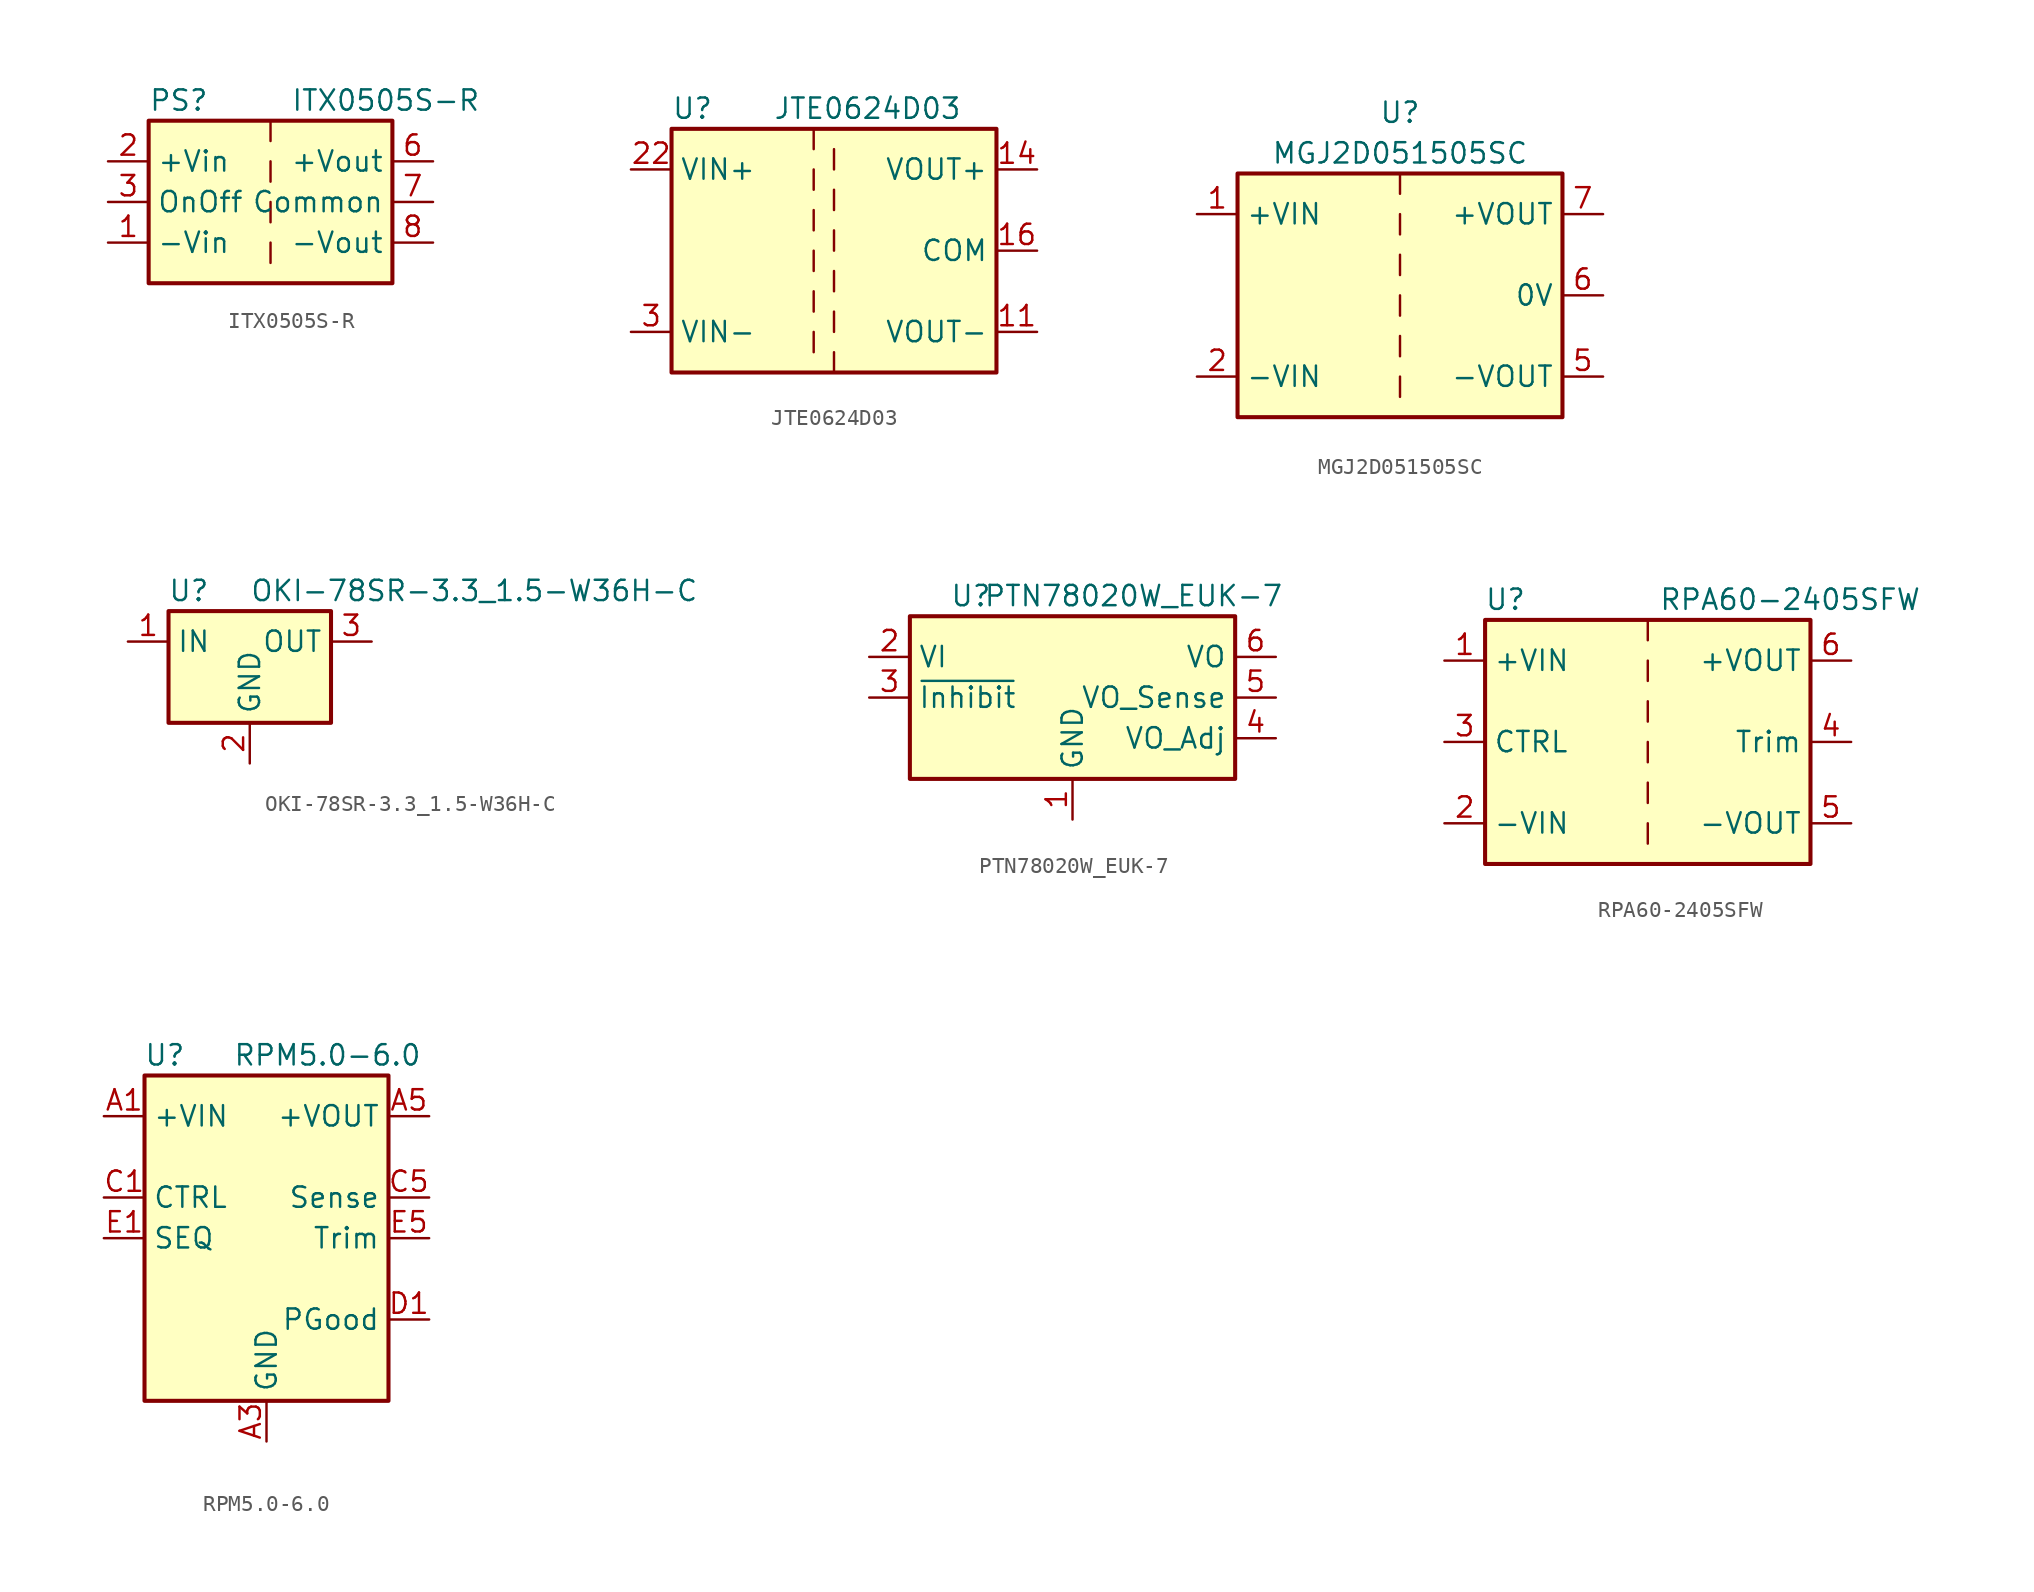
<source format=kicad_sym>
(kicad_symbol_lib
  (version 20211014)
  (generator kicad_symbol_editor)
  (symbol "ITX0505S-R"
    (property "Reference" "PS"
      (at -7.62 6.35 0)
      (effects (font (size 1.27 1.27)) (justify left)))
    (property "Value" "ITX0505S-R"
      (at 1.27 6.35 0)
      (effects (font (size 1.27 1.27)) (justify left)))
    (symbol "ITX0505S-R_0_0"
      (pin power_in line (at -10.16 -2.54 0) (length 2.54) (name "-Vin" (effects (font (size 1.27 1.27)))) (number "1" (effects (font (size 1.27 1.27)))))
      (pin power_in line (at -10.16 2.54 0) (length 2.54) (name "+Vin" (effects (font (size 1.27 1.27)))) (number "2" (effects (font (size 1.27 1.27)))))
      (pin input line (at -10.16 0 0) (length 2.54) (name "OnOff" (effects (font (size 1.27 1.27)))) (number "3" (effects (font (size 1.27 1.27)))))
      (pin no_connect line (at 0 5.08 270) (length 2.54) hide (name "NC" (effects (font (size 1.27 1.27)))) (number "5" (effects (font (size 1.27 1.27)))))
      (pin power_out line (at 10.16 2.54 180) (length 2.54) (name "+Vout" (effects (font (size 1.27 1.27)))) (number "6" (effects (font (size 1.27 1.27)))))
      (pin power_out line (at 10.16 0 180) (length 2.54) (name "Common" (effects (font (size 1.27 1.27)))) (number "7" (effects (font (size 1.27 1.27)))))
      (pin power_out line (at 10.16 -2.54 180) (length 2.54) (name "-Vout" (effects (font (size 1.27 1.27)))) (number "8" (effects (font (size 1.27 1.27))))))
    (symbol "ITX0505S-R_0_1"
      (rectangle (start -7.62 5.08) (end 7.62 -5.08) (stroke (width 0.254) (type default) (color 0 0 0 0)) (fill (type background)))
      (polyline (pts (xy 0 -2.54) (xy 0 -3.81)) (stroke (width 0) (type default) (color 0 0 0 0)) (fill (type none)))
      (polyline (pts (xy 0 0) (xy 0 -1.27)) (stroke (width 0) (type default) (color 0 0 0 0)) (fill (type none)))
      (polyline (pts (xy 0 2.54) (xy 0 1.27)) (stroke (width 0) (type default) (color 0 0 0 0)) (fill (type none)))
      (polyline (pts (xy 0 5.08) (xy 0 3.81)) (stroke (width 0) (type default) (color 0 0 0 0)) (fill (type none)))))
  (symbol "JTE0624D03"
    (property "Reference" "U"
      (at -10.16 8.89 0)
      (effects (font (size 1.27 1.27)) (justify left)))
    (property "Value" "JTE0624D03"
      (at -3.81 8.89 0)
      (effects (font (size 1.27 1.27)) (justify left)))
    (symbol "JTE0624D03_0_1"
      (rectangle (start -10.16 7.62) (end 10.16 -7.62) (stroke (width 0.254) (type default) (color 0 0 0 0)) (fill (type background)))
      (polyline (pts (xy -1.27 -5.08) (xy -1.27 -6.35)) (stroke (width 0) (type default) (color 0 0 0 0)) (fill (type none)))
      (polyline (pts (xy -1.27 -2.54) (xy -1.27 -3.81)) (stroke (width 0) (type default) (color 0 0 0 0)) (fill (type none)))
      (polyline (pts (xy -1.27 0) (xy -1.27 -1.27)) (stroke (width 0) (type default) (color 0 0 0 0)) (fill (type none)))
      (polyline (pts (xy -1.27 2.54) (xy -1.27 1.27)) (stroke (width 0) (type default) (color 0 0 0 0)) (fill (type none)))
      (polyline (pts (xy -1.27 5.08) (xy -1.27 3.81)) (stroke (width 0) (type default) (color 0 0 0 0)) (fill (type none)))
      (polyline (pts (xy -1.27 7.62) (xy -1.27 6.35)) (stroke (width 0) (type default) (color 0 0 0 0)) (fill (type none)))
      (polyline (pts (xy 0 -7.62) (xy 0 -6.35)) (stroke (width 0) (type default) (color 0 0 0 0)) (fill (type none)))
      (polyline (pts (xy 0 -5.08) (xy 0 -3.81)) (stroke (width 0) (type default) (color 0 0 0 0)) (fill (type none)))
      (polyline (pts (xy 0 -1.27) (xy 0 -2.54)) (stroke (width 0) (type default) (color 0 0 0 0)) (fill (type none)))
      (polyline (pts (xy 0 0) (xy 0 1.27)) (stroke (width 0) (type default) (color 0 0 0 0)) (fill (type none)))
      (polyline (pts (xy 0 2.54) (xy 0 3.81)) (stroke (width 0) (type default) (color 0 0 0 0)) (fill (type none)))
      (polyline (pts (xy 0 5.08) (xy 0 6.35)) (stroke (width 0) (type default) (color 0 0 0 0)) (fill (type none))))
    (symbol "JTE0624D03_1_1"
      (pin power_out line (at 12.7 -5.08 180) (length 2.54) (name "VOUT-" (effects (font (size 1.27 1.27)))) (number "11" (effects (font (size 1.27 1.27)))))
      (pin power_out line (at 12.7 5.08 180) (length 2.54) (name "VOUT+" (effects (font (size 1.27 1.27)))) (number "14" (effects (font (size 1.27 1.27)))))
      (pin power_out line (at 12.7 0 180) (length 2.54) (name "COM" (effects (font (size 1.27 1.27)))) (number "16" (effects (font (size 1.27 1.27)))))
      (pin passive line (at -12.7 -5.08 0) (length 2.54) hide (name "VIN-" (effects (font (size 1.27 1.27)))) (number "2" (effects (font (size 1.27 1.27)))))
      (pin power_in line (at -12.7 5.08 0) (length 2.54) (name "VIN+" (effects (font (size 1.27 1.27)))) (number "22" (effects (font (size 1.27 1.27)))))
      (pin passive line (at -12.7 5.08 0) (length 2.54) hide (name "VIN+" (effects (font (size 1.27 1.27)))) (number "23" (effects (font (size 1.27 1.27)))))
      (pin power_in line (at -12.7 -5.08 0) (length 2.54) (name "VIN-" (effects (font (size 1.27 1.27)))) (number "3" (effects (font (size 1.27 1.27)))))
      (pin passive line (at 12.7 0 180) (length 2.54) hide (name "COM" (effects (font (size 1.27 1.27)))) (number "9" (effects (font (size 1.27 1.27)))))))
  (symbol "MGJ2D051505SC"
    (property "Reference" "U"
      (at 0 11.43 0)
      (effects (font (size 1.27 1.27))))
    (property "Value" "MGJ2D051505SC"
      (at 0 8.89 0)
      (effects (font (size 1.27 1.27))))
    (symbol "MGJ2D051505SC_0_1"
      (rectangle (start -10.16 7.62) (end 10.16 -7.62) (stroke (width 0.254) (type default) (color 0 0 0 0)) (fill (type background)))
      (polyline (pts (xy 0 -5.08) (xy 0 -6.35)) (stroke (width 0) (type default) (color 0 0 0 0)) (fill (type none)))
      (polyline (pts (xy 0 -2.54) (xy 0 -3.81)) (stroke (width 0) (type default) (color 0 0 0 0)) (fill (type none)))
      (polyline (pts (xy 0 0) (xy 0 -1.27)) (stroke (width 0) (type default) (color 0 0 0 0)) (fill (type none)))
      (polyline (pts (xy 0 2.54) (xy 0 1.27)) (stroke (width 0) (type default) (color 0 0 0 0)) (fill (type none)))
      (polyline (pts (xy 0 5.08) (xy 0 3.81)) (stroke (width 0) (type default) (color 0 0 0 0)) (fill (type none)))
      (polyline (pts (xy 0 7.62) (xy 0 6.35)) (stroke (width 0) (type default) (color 0 0 0 0)) (fill (type none))))
    (symbol "MGJ2D051505SC_1_1"
      (pin power_in line (at -12.7 5.08 0) (length 2.54) (name "+VIN" (effects (font (size 1.27 1.27)))) (number "1" (effects (font (size 1.27 1.27)))))
      (pin power_in line (at -12.7 -5.08 0) (length 2.54) (name "-VIN" (effects (font (size 1.27 1.27)))) (number "2" (effects (font (size 1.27 1.27)))))
      (pin power_out line (at 12.7 -5.08 180) (length 2.54) (name "-VOUT" (effects (font (size 1.27 1.27)))) (number "5" (effects (font (size 1.27 1.27)))))
      (pin power_out line (at 12.7 0 180) (length 2.54) (name "0V" (effects (font (size 1.27 1.27)))) (number "6" (effects (font (size 1.27 1.27)))))
      (pin power_out line (at 12.7 5.08 180) (length 2.54) (name "+VOUT" (effects (font (size 1.27 1.27)))) (number "7" (effects (font (size 1.27 1.27)))))))
  (symbol "OKI-78SR-3.3_1.5-W36H-C"
    (property "Reference" "U"
      (at -3.81 3.175 0)
      (effects (font (size 1.27 1.27))))
    (property "Value" "OKI-78SR-3.3_1.5-W36H-C"
      (at 0 3.175 0)
      (effects (font (size 1.27 1.27)) (justify left)))
    (symbol "OKI-78SR-3.3_1.5-W36H-C_0_1"
      (rectangle (start -5.08 1.905) (end 5.08 -5.08) (stroke (width 0.254) (type default) (color 0 0 0 0)) (fill (type background))))
    (symbol "OKI-78SR-3.3_1.5-W36H-C_1_1"
      (pin power_in line (at -7.62 0 0) (length 2.54) (name "IN" (effects (font (size 1.27 1.27)))) (number "1" (effects (font (size 1.27 1.27)))))
      (pin power_in line (at 0 -7.62 90) (length 2.54) (name "GND" (effects (font (size 1.27 1.27)))) (number "2" (effects (font (size 1.27 1.27)))))
      (pin power_out line (at 7.62 0 180) (length 2.54) (name "OUT" (effects (font (size 1.27 1.27)))) (number "3" (effects (font (size 1.27 1.27)))))))
  (symbol "PTN78020W_EUK-7"
    (property "Reference" "U"
      (at -6.35 6.35 0)
      (effects (font (size 1.27 1.27))))
    (property "Value" "PTN78020W_EUK-7"
      (at 3.81 6.35 0)
      (effects (font (size 1.27 1.27))))
    (symbol "PTN78020W_EUK-7_0_1"
      (rectangle (start -10.16 5.08) (end 10.16 -5.08) (stroke (width 0.254) (type default) (color 0 0 0 0)) (fill (type background))))
    (symbol "PTN78020W_EUK-7_1_1"
      (pin power_in line (at 0 -7.62 90) (length 2.54) (name "GND" (effects (font (size 1.27 1.27)))) (number "1" (effects (font (size 1.27 1.27)))))
      (pin power_in line (at -12.7 2.54 0) (length 2.54) (name "VI" (effects (font (size 1.27 1.27)))) (number "2" (effects (font (size 1.27 1.27)))))
      (pin input line (at -12.7 0 0) (length 2.54) (name "~{Inhibit}" (effects (font (size 1.27 1.27)))) (number "3" (effects (font (size 1.27 1.27)))))
      (pin input line (at 12.7 -2.54 180) (length 2.54) (name "VO_Adj" (effects (font (size 1.27 1.27)))) (number "4" (effects (font (size 1.27 1.27)))))
      (pin power_out line (at 12.7 0 180) (length 2.54) (name "VO_Sense" (effects (font (size 1.27 1.27)))) (number "5" (effects (font (size 1.27 1.27)))))
      (pin power_out line (at 12.7 2.54 180) (length 2.54) (name "VO" (effects (font (size 1.27 1.27)))) (number "6" (effects (font (size 1.27 1.27)))))
      (pin passive line (at 0 -7.62 90) (length 2.54) hide (name "GND" (effects (font (size 1.27 1.27)))) (number "7" (effects (font (size 1.27 1.27)))))))
  (symbol "RPA60-2405SFW"
    (property "Reference" "U"
      (at -8.89 8.89 0)
      (effects (font (size 1.27 1.27))))
    (property "Value" "RPA60-2405SFW"
      (at 8.89 8.89 0)
      (effects (font (size 1.27 1.27))))
    (symbol "RPA60-2405SFW_0_1"
      (rectangle (start -10.16 7.62) (end 10.16 -7.62) (stroke (width 0.254) (type default) (color 0 0 0 0)) (fill (type background)))
      (polyline (pts (xy 0 -5.08) (xy 0 -6.35)) (stroke (width 0) (type default) (color 0 0 0 0)) (fill (type none)))
      (polyline (pts (xy 0 -2.54) (xy 0 -3.81)) (stroke (width 0) (type default) (color 0 0 0 0)) (fill (type none)))
      (polyline (pts (xy 0 0) (xy 0 -1.27)) (stroke (width 0) (type default) (color 0 0 0 0)) (fill (type none)))
      (polyline (pts (xy 0 2.54) (xy 0 1.27)) (stroke (width 0) (type default) (color 0 0 0 0)) (fill (type none)))
      (polyline (pts (xy 0 5.08) (xy 0 3.81)) (stroke (width 0) (type default) (color 0 0 0 0)) (fill (type none)))
      (polyline (pts (xy 0 7.62) (xy 0 6.35)) (stroke (width 0) (type default) (color 0 0 0 0)) (fill (type none))))
    (symbol "RPA60-2405SFW_1_1"
      (pin power_in line (at -12.7 5.08 0) (length 2.54) (name "+VIN" (effects (font (size 1.27 1.27)))) (number "1" (effects (font (size 1.27 1.27)))))
      (pin power_in line (at -12.7 -5.08 0) (length 2.54) (name "-VIN" (effects (font (size 1.27 1.27)))) (number "2" (effects (font (size 1.27 1.27)))))
      (pin input line (at -12.7 0 0) (length 2.54) (name "CTRL" (effects (font (size 1.27 1.27)))) (number "3" (effects (font (size 1.27 1.27)))))
      (pin input line (at 12.7 0 180) (length 2.54) (name "Trim" (effects (font (size 1.27 1.27)))) (number "4" (effects (font (size 1.27 1.27)))))
      (pin power_out line (at 12.7 -5.08 180) (length 2.54) (name "-VOUT" (effects (font (size 1.27 1.27)))) (number "5" (effects (font (size 1.27 1.27)))))
      (pin power_out line (at 12.7 5.08 180) (length 2.54) (name "+VOUT" (effects (font (size 1.27 1.27)))) (number "6" (effects (font (size 1.27 1.27)))))))
  (symbol "RPM5.0-6.0"
    (property "Reference" "U"
      (at -6.35 11.43 0)
      (effects (font (size 1.27 1.27))))
    (property "Value" "RPM5.0-6.0"
      (at 3.81 11.43 0)
      (effects (font (size 1.27 1.27))))
    (symbol "RPM5.0-6.0_0_1"
      (rectangle (start -7.62 10.16) (end 7.62 -10.16) (stroke (width 0.254) (type default) (color 0 0 0 0)) (fill (type background))))
    (symbol "RPM5.0-6.0_1_1"
      (pin power_in line (at -10.16 7.62 0) (length 2.54) (name "+VIN" (effects (font (size 1.27 1.27)))) (number "A1" (effects (font (size 1.27 1.27)))))
      (pin passive line (at -10.16 7.62 0) (length 2.54) hide (name "+VIN" (effects (font (size 1.27 1.27)))) (number "A2" (effects (font (size 1.27 1.27)))))
      (pin power_in line (at 0 -12.7 90) (length 2.54) (name "GND" (effects (font (size 1.27 1.27)))) (number "A3" (effects (font (size 1.27 1.27)))))
      (pin passive line (at 0 -12.7 90) (length 2.54) hide (name "GND" (effects (font (size 1.27 1.27)))) (number "A4" (effects (font (size 1.27 1.27)))))
      (pin power_out line (at 10.16 7.62 180) (length 2.54) (name "+VOUT" (effects (font (size 1.27 1.27)))) (number "A5" (effects (font (size 1.27 1.27)))))
      (pin passive line (at 0 -12.7 90) (length 2.54) hide (name "GND" (effects (font (size 1.27 1.27)))) (number "B1" (effects (font (size 1.27 1.27)))))
      (pin passive line (at 0 -12.7 90) (length 2.54) hide (name "GND" (effects (font (size 1.27 1.27)))) (number "B2" (effects (font (size 1.27 1.27)))))
      (pin passive line (at 0 -12.7 90) (length 2.54) hide (name "GND" (effects (font (size 1.27 1.27)))) (number "B3" (effects (font (size 1.27 1.27)))))
      (pin passive line (at 0 -12.7 90) (length 2.54) hide (name "GND" (effects (font (size 1.27 1.27)))) (number "B4" (effects (font (size 1.27 1.27)))))
      (pin passive line (at 10.16 7.62 180) (length 2.54) hide (name "+VOUT" (effects (font (size 1.27 1.27)))) (number "B5" (effects (font (size 1.27 1.27)))))
      (pin input line (at -10.16 2.54 0) (length 2.54) (name "CTRL" (effects (font (size 1.27 1.27)))) (number "C1" (effects (font (size 1.27 1.27)))))
      (pin passive line (at 0 -12.7 90) (length 2.54) hide (name "GND" (effects (font (size 1.27 1.27)))) (number "C2" (effects (font (size 1.27 1.27)))))
      (pin passive line (at 0 -12.7 90) (length 2.54) hide (name "GND" (effects (font (size 1.27 1.27)))) (number "C3" (effects (font (size 1.27 1.27)))))
      (pin passive line (at 0 -12.7 90) (length 2.54) hide (name "GND" (effects (font (size 1.27 1.27)))) (number "C4" (effects (font (size 1.27 1.27)))))
      (pin input line (at 10.16 2.54 180) (length 2.54) (name "Sense" (effects (font (size 1.27 1.27)))) (number "C5" (effects (font (size 1.27 1.27)))))
      (pin output line (at 10.16 -5.08 180) (length 2.54) (name "PGood" (effects (font (size 1.27 1.27)))) (number "D1" (effects (font (size 1.27 1.27)))))
      (pin passive line (at 0 -12.7 90) (length 2.54) hide (name "GND" (effects (font (size 1.27 1.27)))) (number "D2" (effects (font (size 1.27 1.27)))))
      (pin passive line (at 0 -12.7 90) (length 2.54) hide (name "GND" (effects (font (size 1.27 1.27)))) (number "D3" (effects (font (size 1.27 1.27)))))
      (pin passive line (at 0 -12.7 90) (length 2.54) hide (name "GND" (effects (font (size 1.27 1.27)))) (number "D4" (effects (font (size 1.27 1.27)))))
      (pin passive line (at 0 -12.7 90) (length 2.54) hide (name "GND" (effects (font (size 1.27 1.27)))) (number "D5" (effects (font (size 1.27 1.27)))))
      (pin passive line (at -10.16 0 0) (length 2.54) (name "SEQ" (effects (font (size 1.27 1.27)))) (number "E1" (effects (font (size 1.27 1.27)))))
      (pin no_connect line (at -7.62 -5.08 0) (length 2.54) hide (name "NC" (effects (font (size 1.27 1.27)))) (number "E2" (effects (font (size 1.27 1.27)))))
      (pin passive line (at 0 -12.7 90) (length 2.54) hide (name "GND" (effects (font (size 1.27 1.27)))) (number "E3" (effects (font (size 1.27 1.27)))))
      (pin passive line (at 0 -12.7 90) (length 2.54) hide (name "GND" (effects (font (size 1.27 1.27)))) (number "E4" (effects (font (size 1.27 1.27)))))
      (pin input line (at 10.16 0 180) (length 2.54) (name "Trim" (effects (font (size 1.27 1.27)))) (number "E5" (effects (font (size 1.27 1.27))))))))
</source>
